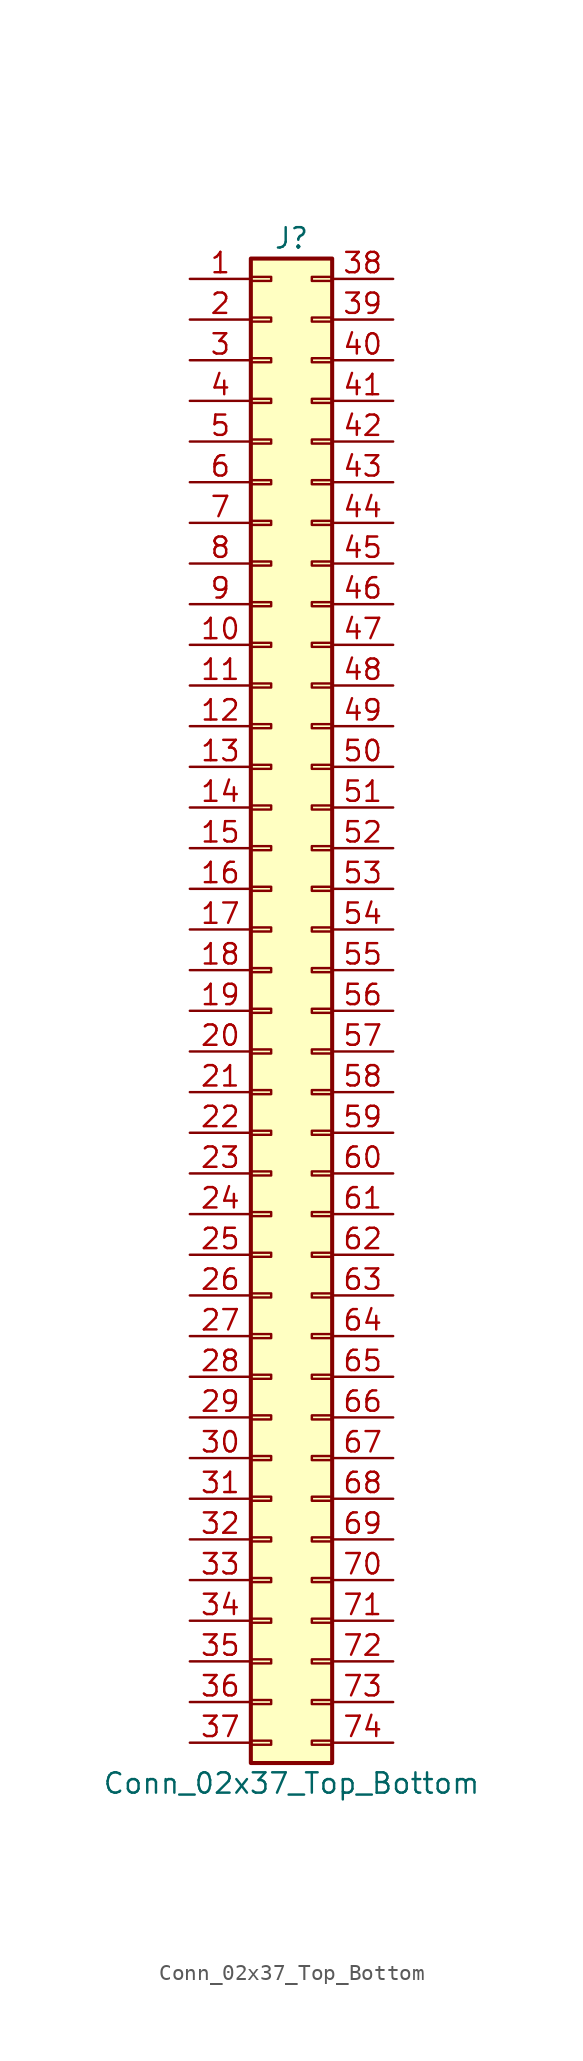
<source format=kicad_sym>
(kicad_symbol_lib
  (version 20220914)
  (generator kicad_symbol_editor)
  (symbol "Conn_02x37_Top_Bottom"
    (pin_names
      (offset 1.016) hide)
    (property "Reference" "J"
      (at 1.27 48.26 0)
      (effects (font (size 1.27 1.27))))
    (property "Value" "Conn_02x37_Top_Bottom"
      (at 1.27 -48.26 0)
      (effects (font (size 1.27 1.27))))
    (symbol "Conn_02x37_Top_Bottom_1_1"
      (rectangle (start -1.27 -45.593) (end 0 -45.847) (stroke (width 0.152) (type default)) (fill (type none)))
      (rectangle (start -1.27 -43.053) (end 0 -43.307) (stroke (width 0.152) (type default)) (fill (type none)))
      (rectangle (start -1.27 -40.513) (end 0 -40.767) (stroke (width 0.152) (type default)) (fill (type none)))
      (rectangle (start -1.27 -37.973) (end 0 -38.227) (stroke (width 0.152) (type default)) (fill (type none)))
      (rectangle (start -1.27 -35.433) (end 0 -35.687) (stroke (width 0.152) (type default)) (fill (type none)))
      (rectangle (start -1.27 -32.893) (end 0 -33.147) (stroke (width 0.152) (type default)) (fill (type none)))
      (rectangle (start -1.27 -30.353) (end 0 -30.607) (stroke (width 0.152) (type default)) (fill (type none)))
      (rectangle (start -1.27 -27.813) (end 0 -28.067) (stroke (width 0.152) (type default)) (fill (type none)))
      (rectangle (start -1.27 -25.273) (end 0 -25.527) (stroke (width 0.152) (type default)) (fill (type none)))
      (rectangle (start -1.27 -22.733) (end 0 -22.987) (stroke (width 0.152) (type default)) (fill (type none)))
      (rectangle (start -1.27 -20.193) (end 0 -20.447) (stroke (width 0.152) (type default)) (fill (type none)))
      (rectangle (start -1.27 -17.653) (end 0 -17.907) (stroke (width 0.152) (type default)) (fill (type none)))
      (rectangle (start -1.27 -15.113) (end 0 -15.367) (stroke (width 0.152) (type default)) (fill (type none)))
      (rectangle (start -1.27 -12.573) (end 0 -12.827) (stroke (width 0.152) (type default)) (fill (type none)))
      (rectangle (start -1.27 -10.033) (end 0 -10.287) (stroke (width 0.152) (type default)) (fill (type none)))
      (rectangle (start -1.27 -7.493) (end 0 -7.747) (stroke (width 0.152) (type default)) (fill (type none)))
      (rectangle (start -1.27 -4.953) (end 0 -5.207) (stroke (width 0.152) (type default)) (fill (type none)))
      (rectangle (start -1.27 -2.413) (end 0 -2.667) (stroke (width 0.152) (type default)) (fill (type none)))
      (rectangle (start -1.27 0.127) (end 0 -0.127) (stroke (width 0.152) (type default)) (fill (type none)))
      (rectangle (start -1.27 2.667) (end 0 2.413) (stroke (width 0.152) (type default)) (fill (type none)))
      (rectangle (start -1.27 5.207) (end 0 4.953) (stroke (width 0.152) (type default)) (fill (type none)))
      (rectangle (start -1.27 7.747) (end 0 7.493) (stroke (width 0.152) (type default)) (fill (type none)))
      (rectangle (start -1.27 10.287) (end 0 10.033) (stroke (width 0.152) (type default)) (fill (type none)))
      (rectangle (start -1.27 12.827) (end 0 12.573) (stroke (width 0.152) (type default)) (fill (type none)))
      (rectangle (start -1.27 15.367) (end 0 15.113) (stroke (width 0.152) (type default)) (fill (type none)))
      (rectangle (start -1.27 17.907) (end 0 17.653) (stroke (width 0.152) (type default)) (fill (type none)))
      (rectangle (start -1.27 20.447) (end 0 20.193) (stroke (width 0.152) (type default)) (fill (type none)))
      (rectangle (start -1.27 22.987) (end 0 22.733) (stroke (width 0.152) (type default)) (fill (type none)))
      (rectangle (start -1.27 25.527) (end 0 25.273) (stroke (width 0.152) (type default)) (fill (type none)))
      (rectangle (start -1.27 28.067) (end 0 27.813) (stroke (width 0.152) (type default)) (fill (type none)))
      (rectangle (start -1.27 30.607) (end 0 30.353) (stroke (width 0.152) (type default)) (fill (type none)))
      (rectangle (start -1.27 33.147) (end 0 32.893) (stroke (width 0.152) (type default)) (fill (type none)))
      (rectangle (start -1.27 35.687) (end 0 35.433) (stroke (width 0.152) (type default)) (fill (type none)))
      (rectangle (start -1.27 38.227) (end 0 37.973) (stroke (width 0.152) (type default)) (fill (type none)))
      (rectangle (start -1.27 40.767) (end 0 40.513) (stroke (width 0.152) (type default)) (fill (type none)))
      (rectangle (start -1.27 43.307) (end 0 43.053) (stroke (width 0.152) (type default)) (fill (type none)))
      (rectangle (start -1.27 45.847) (end 0 45.593) (stroke (width 0.152) (type default)) (fill (type none)))
      (rectangle (start -1.27 46.99) (end 3.81 -46.99) (stroke (width 0.254) (type default)) (fill (type background)))
      (rectangle (start 3.81 -45.593) (end 2.54 -45.847) (stroke (width 0.152) (type default)) (fill (type none)))
      (rectangle (start 3.81 -43.053) (end 2.54 -43.307) (stroke (width 0.152) (type default)) (fill (type none)))
      (rectangle (start 3.81 -40.513) (end 2.54 -40.767) (stroke (width 0.152) (type default)) (fill (type none)))
      (rectangle (start 3.81 -37.973) (end 2.54 -38.227) (stroke (width 0.152) (type default)) (fill (type none)))
      (rectangle (start 3.81 -35.433) (end 2.54 -35.687) (stroke (width 0.152) (type default)) (fill (type none)))
      (rectangle (start 3.81 -32.893) (end 2.54 -33.147) (stroke (width 0.152) (type default)) (fill (type none)))
      (rectangle (start 3.81 -30.353) (end 2.54 -30.607) (stroke (width 0.152) (type default)) (fill (type none)))
      (rectangle (start 3.81 -27.813) (end 2.54 -28.067) (stroke (width 0.152) (type default)) (fill (type none)))
      (rectangle (start 3.81 -25.273) (end 2.54 -25.527) (stroke (width 0.152) (type default)) (fill (type none)))
      (rectangle (start 3.81 -22.733) (end 2.54 -22.987) (stroke (width 0.152) (type default)) (fill (type none)))
      (rectangle (start 3.81 -20.193) (end 2.54 -20.447) (stroke (width 0.152) (type default)) (fill (type none)))
      (rectangle (start 3.81 -17.653) (end 2.54 -17.907) (stroke (width 0.152) (type default)) (fill (type none)))
      (rectangle (start 3.81 -15.113) (end 2.54 -15.367) (stroke (width 0.152) (type default)) (fill (type none)))
      (rectangle (start 3.81 -12.573) (end 2.54 -12.827) (stroke (width 0.152) (type default)) (fill (type none)))
      (rectangle (start 3.81 -10.033) (end 2.54 -10.287) (stroke (width 0.152) (type default)) (fill (type none)))
      (rectangle (start 3.81 -7.493) (end 2.54 -7.747) (stroke (width 0.152) (type default)) (fill (type none)))
      (rectangle (start 3.81 -4.953) (end 2.54 -5.207) (stroke (width 0.152) (type default)) (fill (type none)))
      (rectangle (start 3.81 -2.413) (end 2.54 -2.667) (stroke (width 0.152) (type default)) (fill (type none)))
      (rectangle (start 3.81 0.127) (end 2.54 -0.127) (stroke (width 0.152) (type default)) (fill (type none)))
      (rectangle (start 3.81 2.667) (end 2.54 2.413) (stroke (width 0.152) (type default)) (fill (type none)))
      (rectangle (start 3.81 5.207) (end 2.54 4.953) (stroke (width 0.152) (type default)) (fill (type none)))
      (rectangle (start 3.81 7.747) (end 2.54 7.493) (stroke (width 0.152) (type default)) (fill (type none)))
      (rectangle (start 3.81 10.287) (end 2.54 10.033) (stroke (width 0.152) (type default)) (fill (type none)))
      (rectangle (start 3.81 12.827) (end 2.54 12.573) (stroke (width 0.152) (type default)) (fill (type none)))
      (rectangle (start 3.81 15.367) (end 2.54 15.113) (stroke (width 0.152) (type default)) (fill (type none)))
      (rectangle (start 3.81 17.907) (end 2.54 17.653) (stroke (width 0.152) (type default)) (fill (type none)))
      (rectangle (start 3.81 20.447) (end 2.54 20.193) (stroke (width 0.152) (type default)) (fill (type none)))
      (rectangle (start 3.81 22.987) (end 2.54 22.733) (stroke (width 0.152) (type default)) (fill (type none)))
      (rectangle (start 3.81 25.527) (end 2.54 25.273) (stroke (width 0.152) (type default)) (fill (type none)))
      (rectangle (start 3.81 28.067) (end 2.54 27.813) (stroke (width 0.152) (type default)) (fill (type none)))
      (rectangle (start 3.81 30.607) (end 2.54 30.353) (stroke (width 0.152) (type default)) (fill (type none)))
      (rectangle (start 3.81 33.147) (end 2.54 32.893) (stroke (width 0.152) (type default)) (fill (type none)))
      (rectangle (start 3.81 35.687) (end 2.54 35.433) (stroke (width 0.152) (type default)) (fill (type none)))
      (rectangle (start 3.81 38.227) (end 2.54 37.973) (stroke (width 0.152) (type default)) (fill (type none)))
      (rectangle (start 3.81 40.767) (end 2.54 40.513) (stroke (width 0.152) (type default)) (fill (type none)))
      (rectangle (start 3.81 43.307) (end 2.54 43.053) (stroke (width 0.152) (type default)) (fill (type none)))
      (rectangle (start 3.81 45.847) (end 2.54 45.593) (stroke (width 0.152) (type default)) (fill (type none)))
      (pin passive line (at -5.08 45.72 0) (length 3.81) (name "Pin_1" (effects (font (size 1.27 1.27)))) (number "1" (effects (font (size 1.27 1.27)))))
      (pin passive line (at -5.08 22.86 0) (length 3.81) (name "Pin_10" (effects (font (size 1.27 1.27)))) (number "10" (effects (font (size 1.27 1.27)))))
      (pin passive line (at -5.08 20.32 0) (length 3.81) (name "Pin_11" (effects (font (size 1.27 1.27)))) (number "11" (effects (font (size 1.27 1.27)))))
      (pin passive line (at -5.08 17.78 0) (length 3.81) (name "Pin_12" (effects (font (size 1.27 1.27)))) (number "12" (effects (font (size 1.27 1.27)))))
      (pin passive line (at -5.08 15.24 0) (length 3.81) (name "Pin_13" (effects (font (size 1.27 1.27)))) (number "13" (effects (font (size 1.27 1.27)))))
      (pin passive line (at -5.08 12.7 0) (length 3.81) (name "Pin_14" (effects (font (size 1.27 1.27)))) (number "14" (effects (font (size 1.27 1.27)))))
      (pin passive line (at -5.08 10.16 0) (length 3.81) (name "Pin_15" (effects (font (size 1.27 1.27)))) (number "15" (effects (font (size 1.27 1.27)))))
      (pin passive line (at -5.08 7.62 0) (length 3.81) (name "Pin_16" (effects (font (size 1.27 1.27)))) (number "16" (effects (font (size 1.27 1.27)))))
      (pin passive line (at -5.08 5.08 0) (length 3.81) (name "Pin_17" (effects (font (size 1.27 1.27)))) (number "17" (effects (font (size 1.27 1.27)))))
      (pin passive line (at -5.08 2.54 0) (length 3.81) (name "Pin_18" (effects (font (size 1.27 1.27)))) (number "18" (effects (font (size 1.27 1.27)))))
      (pin passive line (at -5.08 0 0) (length 3.81) (name "Pin_19" (effects (font (size 1.27 1.27)))) (number "19" (effects (font (size 1.27 1.27)))))
      (pin passive line (at -5.08 43.18 0) (length 3.81) (name "Pin_2" (effects (font (size 1.27 1.27)))) (number "2" (effects (font (size 1.27 1.27)))))
      (pin passive line (at -5.08 -2.54 0) (length 3.81) (name "Pin_20" (effects (font (size 1.27 1.27)))) (number "20" (effects (font (size 1.27 1.27)))))
      (pin passive line (at -5.08 -5.08 0) (length 3.81) (name "Pin_21" (effects (font (size 1.27 1.27)))) (number "21" (effects (font (size 1.27 1.27)))))
      (pin passive line (at -5.08 -7.62 0) (length 3.81) (name "Pin_22" (effects (font (size 1.27 1.27)))) (number "22" (effects (font (size 1.27 1.27)))))
      (pin passive line (at -5.08 -10.16 0) (length 3.81) (name "Pin_23" (effects (font (size 1.27 1.27)))) (number "23" (effects (font (size 1.27 1.27)))))
      (pin passive line (at -5.08 -12.7 0) (length 3.81) (name "Pin_24" (effects (font (size 1.27 1.27)))) (number "24" (effects (font (size 1.27 1.27)))))
      (pin passive line (at -5.08 -15.24 0) (length 3.81) (name "Pin_25" (effects (font (size 1.27 1.27)))) (number "25" (effects (font (size 1.27 1.27)))))
      (pin passive line (at -5.08 -17.78 0) (length 3.81) (name "Pin_26" (effects (font (size 1.27 1.27)))) (number "26" (effects (font (size 1.27 1.27)))))
      (pin passive line (at -5.08 -20.32 0) (length 3.81) (name "Pin_27" (effects (font (size 1.27 1.27)))) (number "27" (effects (font (size 1.27 1.27)))))
      (pin passive line (at -5.08 -22.86 0) (length 3.81) (name "Pin_28" (effects (font (size 1.27 1.27)))) (number "28" (effects (font (size 1.27 1.27)))))
      (pin passive line (at -5.08 -25.4 0) (length 3.81) (name "Pin_29" (effects (font (size 1.27 1.27)))) (number "29" (effects (font (size 1.27 1.27)))))
      (pin passive line (at -5.08 40.64 0) (length 3.81) (name "Pin_3" (effects (font (size 1.27 1.27)))) (number "3" (effects (font (size 1.27 1.27)))))
      (pin passive line (at -5.08 -27.94 0) (length 3.81) (name "Pin_30" (effects (font (size 1.27 1.27)))) (number "30" (effects (font (size 1.27 1.27)))))
      (pin passive line (at -5.08 -30.48 0) (length 3.81) (name "Pin_31" (effects (font (size 1.27 1.27)))) (number "31" (effects (font (size 1.27 1.27)))))
      (pin passive line (at -5.08 -33.02 0) (length 3.81) (name "Pin_32" (effects (font (size 1.27 1.27)))) (number "32" (effects (font (size 1.27 1.27)))))
      (pin passive line (at -5.08 -35.56 0) (length 3.81) (name "Pin_33" (effects (font (size 1.27 1.27)))) (number "33" (effects (font (size 1.27 1.27)))))
      (pin passive line (at -5.08 -38.1 0) (length 3.81) (name "Pin_34" (effects (font (size 1.27 1.27)))) (number "34" (effects (font (size 1.27 1.27)))))
      (pin passive line (at -5.08 -40.64 0) (length 3.81) (name "Pin_35" (effects (font (size 1.27 1.27)))) (number "35" (effects (font (size 1.27 1.27)))))
      (pin passive line (at -5.08 -43.18 0) (length 3.81) (name "Pin_36" (effects (font (size 1.27 1.27)))) (number "36" (effects (font (size 1.27 1.27)))))
      (pin passive line (at -5.08 -45.72 0) (length 3.81) (name "Pin_37" (effects (font (size 1.27 1.27)))) (number "37" (effects (font (size 1.27 1.27)))))
      (pin passive line (at 7.62 45.72 180) (length 3.81) (name "Pin_38" (effects (font (size 1.27 1.27)))) (number "38" (effects (font (size 1.27 1.27)))))
      (pin passive line (at 7.62 43.18 180) (length 3.81) (name "Pin_39" (effects (font (size 1.27 1.27)))) (number "39" (effects (font (size 1.27 1.27)))))
      (pin passive line (at -5.08 38.1 0) (length 3.81) (name "Pin_4" (effects (font (size 1.27 1.27)))) (number "4" (effects (font (size 1.27 1.27)))))
      (pin passive line (at 7.62 40.64 180) (length 3.81) (name "Pin_40" (effects (font (size 1.27 1.27)))) (number "40" (effects (font (size 1.27 1.27)))))
      (pin passive line (at 7.62 38.1 180) (length 3.81) (name "Pin_41" (effects (font (size 1.27 1.27)))) (number "41" (effects (font (size 1.27 1.27)))))
      (pin passive line (at 7.62 35.56 180) (length 3.81) (name "Pin_42" (effects (font (size 1.27 1.27)))) (number "42" (effects (font (size 1.27 1.27)))))
      (pin passive line (at 7.62 33.02 180) (length 3.81) (name "Pin_43" (effects (font (size 1.27 1.27)))) (number "43" (effects (font (size 1.27 1.27)))))
      (pin passive line (at 7.62 30.48 180) (length 3.81) (name "Pin_44" (effects (font (size 1.27 1.27)))) (number "44" (effects (font (size 1.27 1.27)))))
      (pin passive line (at 7.62 27.94 180) (length 3.81) (name "Pin_45" (effects (font (size 1.27 1.27)))) (number "45" (effects (font (size 1.27 1.27)))))
      (pin passive line (at 7.62 25.4 180) (length 3.81) (name "Pin_46" (effects (font (size 1.27 1.27)))) (number "46" (effects (font (size 1.27 1.27)))))
      (pin passive line (at 7.62 22.86 180) (length 3.81) (name "Pin_47" (effects (font (size 1.27 1.27)))) (number "47" (effects (font (size 1.27 1.27)))))
      (pin passive line (at 7.62 20.32 180) (length 3.81) (name "Pin_48" (effects (font (size 1.27 1.27)))) (number "48" (effects (font (size 1.27 1.27)))))
      (pin passive line (at 7.62 17.78 180) (length 3.81) (name "Pin_49" (effects (font (size 1.27 1.27)))) (number "49" (effects (font (size 1.27 1.27)))))
      (pin passive line (at -5.08 35.56 0) (length 3.81) (name "Pin_5" (effects (font (size 1.27 1.27)))) (number "5" (effects (font (size 1.27 1.27)))))
      (pin passive line (at 7.62 15.24 180) (length 3.81) (name "Pin_50" (effects (font (size 1.27 1.27)))) (number "50" (effects (font (size 1.27 1.27)))))
      (pin passive line (at 7.62 12.7 180) (length 3.81) (name "Pin_51" (effects (font (size 1.27 1.27)))) (number "51" (effects (font (size 1.27 1.27)))))
      (pin passive line (at 7.62 10.16 180) (length 3.81) (name "Pin_52" (effects (font (size 1.27 1.27)))) (number "52" (effects (font (size 1.27 1.27)))))
      (pin passive line (at 7.62 7.62 180) (length 3.81) (name "Pin_53" (effects (font (size 1.27 1.27)))) (number "53" (effects (font (size 1.27 1.27)))))
      (pin passive line (at 7.62 5.08 180) (length 3.81) (name "Pin_54" (effects (font (size 1.27 1.27)))) (number "54" (effects (font (size 1.27 1.27)))))
      (pin passive line (at 7.62 2.54 180) (length 3.81) (name "Pin_55" (effects (font (size 1.27 1.27)))) (number "55" (effects (font (size 1.27 1.27)))))
      (pin passive line (at 7.62 0 180) (length 3.81) (name "Pin_56" (effects (font (size 1.27 1.27)))) (number "56" (effects (font (size 1.27 1.27)))))
      (pin passive line (at 7.62 -2.54 180) (length 3.81) (name "Pin_57" (effects (font (size 1.27 1.27)))) (number "57" (effects (font (size 1.27 1.27)))))
      (pin passive line (at 7.62 -5.08 180) (length 3.81) (name "Pin_58" (effects (font (size 1.27 1.27)))) (number "58" (effects (font (size 1.27 1.27)))))
      (pin passive line (at 7.62 -7.62 180) (length 3.81) (name "Pin_59" (effects (font (size 1.27 1.27)))) (number "59" (effects (font (size 1.27 1.27)))))
      (pin passive line (at -5.08 33.02 0) (length 3.81) (name "Pin_6" (effects (font (size 1.27 1.27)))) (number "6" (effects (font (size 1.27 1.27)))))
      (pin passive line (at 7.62 -10.16 180) (length 3.81) (name "Pin_60" (effects (font (size 1.27 1.27)))) (number "60" (effects (font (size 1.27 1.27)))))
      (pin passive line (at 7.62 -12.7 180) (length 3.81) (name "Pin_61" (effects (font (size 1.27 1.27)))) (number "61" (effects (font (size 1.27 1.27)))))
      (pin passive line (at 7.62 -15.24 180) (length 3.81) (name "Pin_62" (effects (font (size 1.27 1.27)))) (number "62" (effects (font (size 1.27 1.27)))))
      (pin passive line (at 7.62 -17.78 180) (length 3.81) (name "Pin_63" (effects (font (size 1.27 1.27)))) (number "63" (effects (font (size 1.27 1.27)))))
      (pin passive line (at 7.62 -20.32 180) (length 3.81) (name "Pin_64" (effects (font (size 1.27 1.27)))) (number "64" (effects (font (size 1.27 1.27)))))
      (pin passive line (at 7.62 -22.86 180) (length 3.81) (name "Pin_65" (effects (font (size 1.27 1.27)))) (number "65" (effects (font (size 1.27 1.27)))))
      (pin passive line (at 7.62 -25.4 180) (length 3.81) (name "Pin_66" (effects (font (size 1.27 1.27)))) (number "66" (effects (font (size 1.27 1.27)))))
      (pin passive line (at 7.62 -27.94 180) (length 3.81) (name "Pin_67" (effects (font (size 1.27 1.27)))) (number "67" (effects (font (size 1.27 1.27)))))
      (pin passive line (at 7.62 -30.48 180) (length 3.81) (name "Pin_68" (effects (font (size 1.27 1.27)))) (number "68" (effects (font (size 1.27 1.27)))))
      (pin passive line (at 7.62 -33.02 180) (length 3.81) (name "Pin_69" (effects (font (size 1.27 1.27)))) (number "69" (effects (font (size 1.27 1.27)))))
      (pin passive line (at -5.08 30.48 0) (length 3.81) (name "Pin_7" (effects (font (size 1.27 1.27)))) (number "7" (effects (font (size 1.27 1.27)))))
      (pin passive line (at 7.62 -35.56 180) (length 3.81) (name "Pin_70" (effects (font (size 1.27 1.27)))) (number "70" (effects (font (size 1.27 1.27)))))
      (pin passive line (at 7.62 -38.1 180) (length 3.81) (name "Pin_71" (effects (font (size 1.27 1.27)))) (number "71" (effects (font (size 1.27 1.27)))))
      (pin passive line (at 7.62 -40.64 180) (length 3.81) (name "Pin_72" (effects (font (size 1.27 1.27)))) (number "72" (effects (font (size 1.27 1.27)))))
      (pin passive line (at 7.62 -43.18 180) (length 3.81) (name "Pin_73" (effects (font (size 1.27 1.27)))) (number "73" (effects (font (size 1.27 1.27)))))
      (pin passive line (at 7.62 -45.72 180) (length 3.81) (name "Pin_74" (effects (font (size 1.27 1.27)))) (number "74" (effects (font (size 1.27 1.27)))))
      (pin passive line (at -5.08 27.94 0) (length 3.81) (name "Pin_8" (effects (font (size 1.27 1.27)))) (number "8" (effects (font (size 1.27 1.27)))))
      (pin passive line (at -5.08 25.4 0) (length 3.81) (name "Pin_9" (effects (font (size 1.27 1.27)))) (number "9" (effects (font (size 1.27 1.27))))))))
</source>
